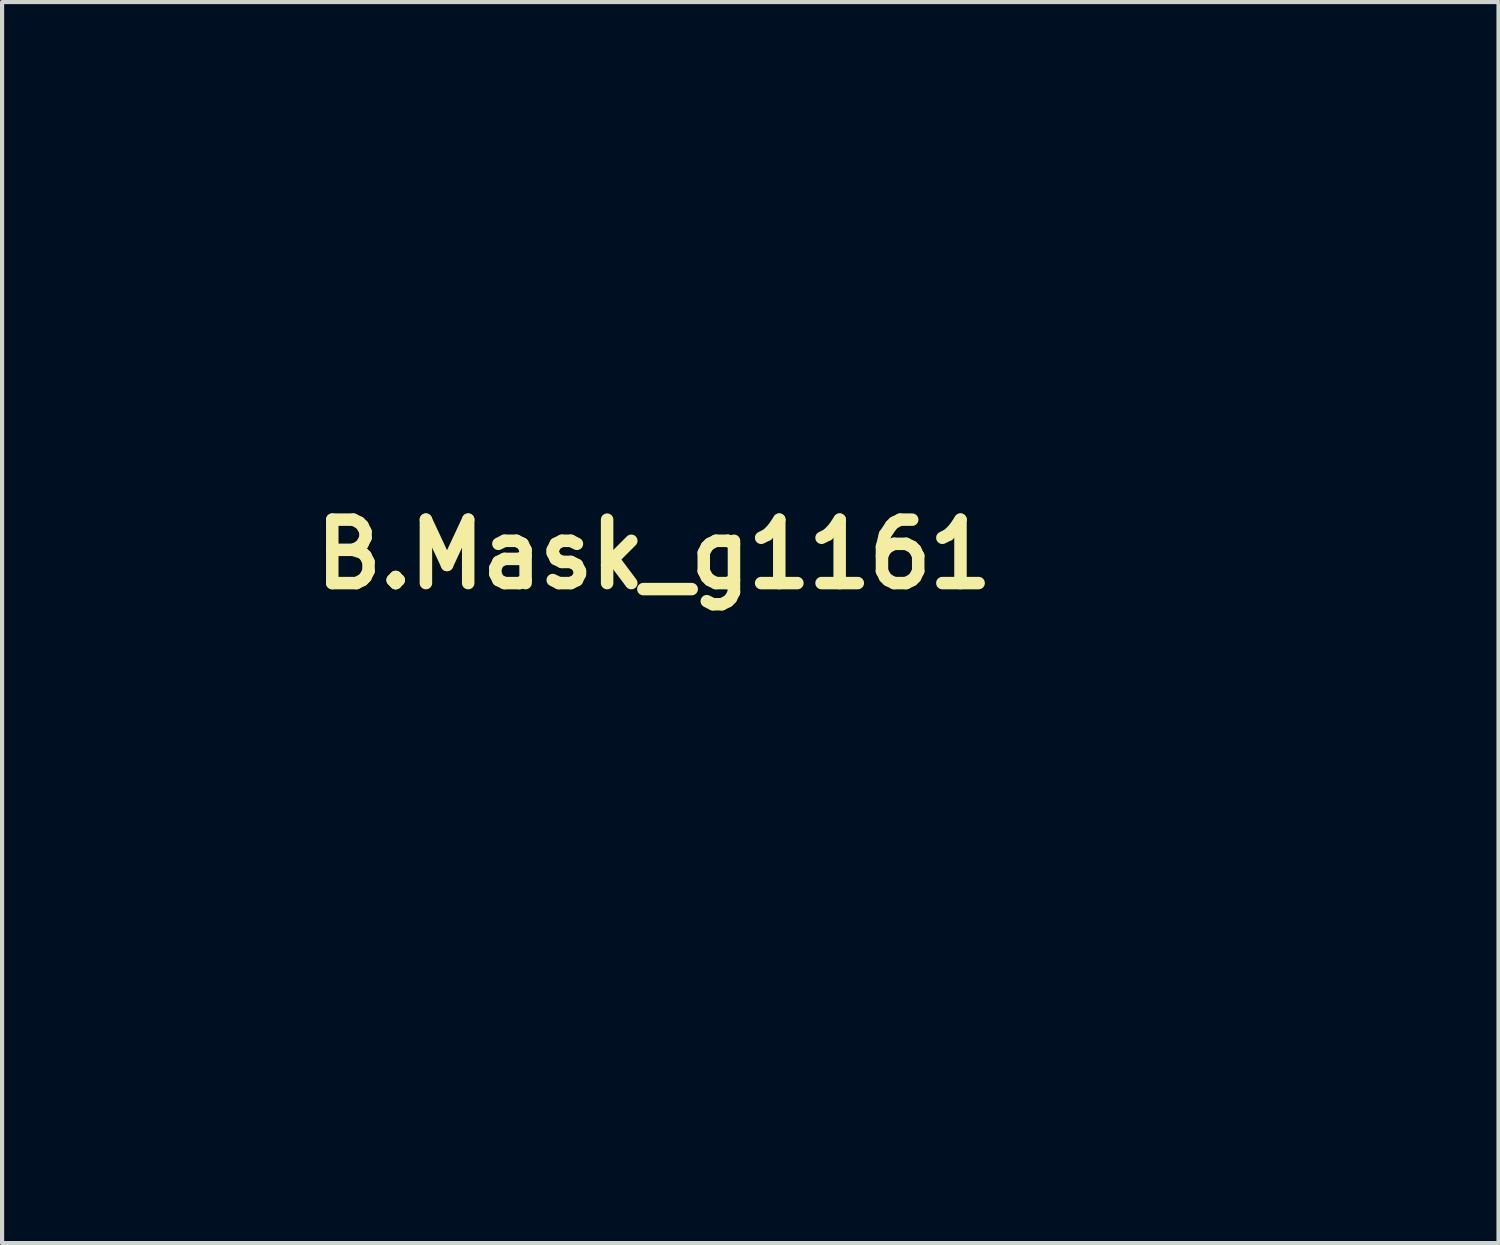
<source format=kicad_pcb>
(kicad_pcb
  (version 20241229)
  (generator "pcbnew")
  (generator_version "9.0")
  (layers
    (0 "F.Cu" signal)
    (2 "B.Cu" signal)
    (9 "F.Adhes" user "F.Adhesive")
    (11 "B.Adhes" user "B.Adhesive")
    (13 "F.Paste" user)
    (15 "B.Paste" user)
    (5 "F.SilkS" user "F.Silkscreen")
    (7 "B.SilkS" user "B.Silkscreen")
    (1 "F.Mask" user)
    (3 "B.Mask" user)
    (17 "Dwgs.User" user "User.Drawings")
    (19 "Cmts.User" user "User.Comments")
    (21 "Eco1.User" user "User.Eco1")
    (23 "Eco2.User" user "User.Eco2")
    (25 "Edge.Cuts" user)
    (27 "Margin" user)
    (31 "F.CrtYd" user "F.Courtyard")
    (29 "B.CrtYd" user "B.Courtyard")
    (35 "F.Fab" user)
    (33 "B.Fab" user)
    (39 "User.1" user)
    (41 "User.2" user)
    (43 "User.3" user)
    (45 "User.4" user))
  (footprint "B.Mask_g1161"
    (layer "F.Cu")
    (at 12.663 10.271)
    (property "Reference" "B.Mask_g1161" (at 0 0 0) (layer "F.SilkS") (effects (font (size 1.524 1.524) (thickness 0.3))))
    (attr through_hole)
    (fp_poly (pts (xy -0.096 8.24) (xy 0.008 8.254) (xy 0.116 8.28) (xy 0.235 8.322) (xy 0.375 8.379) (xy 0.497 8.434) (xy 0.626 8.492) (xy 0.76 8.55) (xy 0.885 8.603) (xy 0.991 8.646) (xy 1.037 8.664) (xy 1.433 8.795) (xy 1.863 8.908) (xy 2.321 9.001) (xy 2.802 9.073) (xy 3.302 9.124) (xy 3.444 9.134) (xy 3.703 9.153) (xy 3.925 9.172) (xy 4.114 9.194) (xy 4.277 9.218) (xy 4.417 9.247) (xy 4.54 9.28) (xy 4.652 9.319) (xy 4.757 9.365) (xy 4.809 9.391) (xy 4.956 9.489) (xy 5.092 9.616) (xy 5.204 9.763) (xy 5.249 9.842) (xy 5.317 9.976) (xy 4.917 10.38) (xy 4.794 10.504) (xy 4.651 10.65) (xy 4.496 10.81) (xy 4.336 10.974) (xy 4.181 11.135) (xy 4.038 11.283) (xy 4.031 11.29) (xy 3.742 11.586) (xy 3.473 11.851) (xy 3.222 12.086) (xy 2.985 12.296) (xy 2.757 12.482) (xy 2.537 12.647) (xy 2.32 12.795) (xy 2.102 12.928) (xy 1.88 13.049) (xy 1.841 13.069) (xy 1.495 13.229) (xy 1.155 13.355) (xy 0.813 13.447) (xy 0.46 13.507) (xy 0.089 13.539) (xy -0.201 13.544) (xy -0.346 13.542) (xy -0.492 13.537) (xy -0.63 13.53) (xy -0.746 13.521) (xy -0.812 13.514) (xy -1.231 13.436) (xy -1.64 13.317) (xy -2.04 13.16) (xy -2.426 12.967) (xy -2.795 12.737) (xy -3.147 12.475) (xy -3.477 12.18) (xy -3.783 11.856) (xy -4.063 11.503) (xy -4.18 11.335) (xy -4.279 11.176) (xy -4.38 10.994) (xy -4.48 10.797) (xy -4.576 10.592) (xy -4.664 10.386) (xy -4.742 10.187) (xy -4.806 10.002) (xy -4.853 9.838) (xy -4.879 9.713) (xy -4.893 9.616) (xy -4.759 9.59) (xy -4.617 9.561) (xy -4.441 9.52) (xy -4.238 9.47) (xy -4.014 9.413) (xy -3.776 9.351) (xy -3.531 9.284) (xy -3.284 9.215) (xy -3.043 9.146) (xy -2.814 9.079) (xy -2.604 9.015) (xy -2.419 8.956) (xy -2.392 8.947) (xy -2.283 8.909) (xy -2.147 8.857) (xy -1.995 8.797) (xy -1.837 8.732) (xy -1.686 8.668) (xy -1.662 8.657) (xy -1.434 8.559) (xy -1.239 8.477) (xy -1.072 8.41) (xy -0.926 8.358) (xy -0.798 8.317) (xy -0.681 8.287) (xy -0.57 8.265) (xy -0.461 8.25) (xy -0.347 8.241) (xy -0.335 8.24) (xy -0.208 8.236) (xy -0.096 8.24)) (stroke (width 0.01) (type solid)) (fill yes) (layer "B.Mask"))
    (fp_poly (pts (xy 14.309 -8.869) (xy 15.748 -8.869) (xy 15.748 -10.266) (xy 17.25 -10.266) (xy 17.229 -10.212) (xy 17.214 -10.14) (xy 17.21 -10.035) (xy 17.218 -9.896) (xy 17.237 -9.719) (xy 17.253 -9.606) (xy 17.28 -9.39) (xy 17.289 -9.21) (xy 17.281 -9.065) (xy 17.253 -8.95) (xy 17.205 -8.864) (xy 17.134 -8.802) (xy 17.04 -8.764) (xy 16.921 -8.745) (xy 16.84 -8.742) (xy 16.757 -8.745) (xy 16.645 -8.753) (xy 16.517 -8.766) (xy 16.386 -8.782) (xy 16.344 -8.787) (xy 16.198 -8.806) (xy 16.085 -8.817) (xy 15.997 -8.821) (xy 15.927 -8.817) (xy 15.898 -8.814) (xy 15.78 -8.795) (xy 15.774 -8.125) (xy 15.769 -7.456) (xy 15.703 -7.443) (xy 15.6 -7.432) (xy 15.466 -7.434) (xy 15.296 -7.449) (xy 15.198 -7.461) (xy 15.079 -7.475) (xy 14.951 -7.486) (xy 14.835 -7.492) (xy 14.794 -7.492) (xy 14.697 -7.491) (xy 14.627 -7.483) (xy 14.567 -7.466) (xy 14.503 -7.437) (xy 14.498 -7.435) (xy 14.423 -7.39) (xy 14.372 -7.341) (xy 14.33 -7.271) (xy 14.304 -7.215) (xy 14.289 -7.161) (xy 14.281 -7.098) (xy 14.279 -7.011) (xy 14.279 -6.964) (xy 14.283 -6.85) (xy 14.292 -6.726) (xy 14.305 -6.616) (xy 14.308 -6.595) (xy 14.322 -6.484) (xy 14.331 -6.366) (xy 14.336 -6.25) (xy 14.335 -6.149) (xy 14.329 -6.071) (xy 14.322 -6.038) (xy 14.306 -5.99) (xy 12.89 -5.99) (xy 12.89 -7.44) (xy 12.725 -7.433) (xy 12.609 -7.434) (xy 12.464 -7.446) (xy 12.305 -7.467) (xy 12.285 -7.47) (xy 12.091 -7.497) (xy 11.933 -7.51) (xy 11.806 -7.508) (xy 11.707 -7.489) (xy 11.63 -7.454) (xy 11.572 -7.402) (xy 11.535 -7.344) (xy 11.508 -7.281) (xy 11.49 -7.212) (xy 11.481 -7.13) (xy 11.48 -7.029) (xy 11.487 -6.902) (xy 11.502 -6.744) (xy 11.515 -6.63) (xy 11.534 -6.468) (xy 11.545 -6.341) (xy 11.551 -6.244) (xy 11.55 -6.17) (xy 11.544 -6.114) (xy 11.525 -6.001) (xy 10.779 -5.995) (xy 10.032 -5.99) (xy 10.038 -6.704) (xy 10.044 -7.419) (xy 10.167 -7.438) (xy 10.229 -7.445) (xy 10.302 -7.446) (xy 10.394 -7.439) (xy 10.512 -7.426) (xy 10.622 -7.411) (xy 10.834 -7.385) (xy 11.009 -7.37) (xy 11.151 -7.368) (xy 11.265 -7.38) (xy 11.355 -7.405) (xy 11.423 -7.446) (xy 11.475 -7.501) (xy 11.503 -7.546) (xy 11.529 -7.627) (xy 11.542 -7.743) (xy 11.543 -7.885) (xy 11.532 -8.048) (xy 11.508 -8.225) (xy 11.507 -8.234) (xy 11.492 -8.339) (xy 11.481 -8.454) (xy 11.475 -8.571) (xy 11.472 -8.679) (xy 11.475 -8.767) (xy 11.482 -8.826) (xy 11.485 -8.835) (xy 11.493 -8.845) (xy 11.51 -8.852) (xy 11.541 -8.858) (xy 11.591 -8.862) (xy 11.663 -8.865) (xy 11.762 -8.867) (xy 11.892 -8.868) (xy 12.057 -8.869) (xy 12.194 -8.869) (xy 12.89 -8.869) (xy 12.89 -10.266) (xy 14.309 -10.266) (xy 14.309 -8.869)) (stroke (width 0.01) (type solid)) (fill yes) (layer "B.Mask"))
    (fp_poly (pts (xy -6.135 -0.342) (xy -6.12 -0.323) (xy -6.091 -0.287) (xy -6.046 -0.227) (xy -5.991 -0.155) (xy -5.969 -0.126) (xy -5.85 0.014) (xy -5.712 0.149) (xy -5.55 0.282) (xy -5.361 0.415) (xy -5.141 0.55) (xy -4.886 0.692) (xy -4.741 0.767) (xy -4.602 0.839) (xy -4.481 0.902) (xy -4.372 0.962) (xy -4.272 1.02) (xy -4.174 1.081) (xy -4.073 1.148) (xy -3.964 1.225) (xy -3.842 1.314) (xy -3.702 1.42) (xy -3.537 1.546) (xy -3.376 1.671) (xy -3.143 1.856) (xy -2.939 2.03) (xy -2.754 2.202) (xy -2.656 2.298) (xy -2.393 2.565) (xy -2.161 2.803) (xy -1.958 3.012) (xy -1.785 3.192) (xy -1.641 3.344) (xy -1.527 3.469) (xy -1.441 3.565) (xy -1.384 3.634) (xy -1.367 3.656) (xy -1.216 3.91) (xy -1.099 4.186) (xy -1.018 4.48) (xy -0.973 4.786) (xy -0.965 4.974) (xy -0.966 5.08) (xy -0.969 5.214) (xy -0.973 5.37) (xy -0.98 5.54) (xy -0.988 5.718) (xy -0.996 5.895) (xy -1.005 6.064) (xy -1.015 6.219) (xy -1.024 6.352) (xy -1.033 6.455) (xy -1.039 6.509) (xy -1.082 6.73) (xy -1.148 6.916) (xy -1.237 7.067) (xy -1.349 7.183) (xy -1.484 7.265) (xy -1.513 7.277) (xy -1.556 7.289) (xy -1.631 7.305) (xy -1.731 7.324) (xy -1.846 7.345) (xy -1.916 7.356) (xy -2.062 7.381) (xy -2.201 7.406) (xy -2.337 7.434) (xy -2.475 7.466) (xy -2.621 7.503) (xy -2.781 7.547) (xy -2.959 7.598) (xy -3.161 7.659) (xy -3.392 7.731) (xy -3.658 7.815) (xy -3.67 7.819) (xy -3.925 7.895) (xy -4.16 7.953) (xy -4.393 7.995) (xy -4.639 8.027) (xy -4.804 8.042) (xy -4.972 8.052) (xy -5.174 8.058) (xy -5.401 8.061) (xy -5.643 8.059) (xy -5.893 8.054) (xy -6.141 8.046) (xy -6.227 8.042) (xy -6.577 8.014) (xy -6.895 7.965) (xy -7.186 7.894) (xy -7.454 7.8) (xy -7.706 7.68) (xy -7.925 7.548) (xy -8.132 7.397) (xy -8.301 7.243) (xy -8.436 7.082) (xy -8.541 6.908) (xy -8.611 6.745) (xy -8.642 6.654) (xy -8.669 6.561) (xy -8.693 6.46) (xy -8.715 6.345) (xy -8.737 6.211) (xy -8.758 6.049) (xy -8.782 5.855) (xy -8.794 5.749) (xy -8.811 5.598) (xy -8.829 5.449) (xy -8.847 5.311) (xy -8.863 5.194) (xy -8.876 5.107) (xy -8.879 5.089) (xy -8.909 4.81) (xy -8.905 4.506) (xy -8.869 4.176) (xy -8.799 3.82) (xy -8.696 3.438) (xy -8.656 3.309) (xy -8.52 2.925) (xy -8.368 2.563) (xy -8.196 2.215) (xy -7.999 1.875) (xy -7.773 1.533) (xy -7.513 1.184) (xy -7.437 1.087) (xy -7.359 0.988) (xy -7.266 0.865) (xy -7.167 0.733) (xy -7.07 0.601) (xy -7.017 0.528) (xy -6.851 0.307) (xy -6.688 0.111) (xy -6.533 -0.057) (xy -6.388 -0.193) (xy -6.29 -0.271) (xy -6.222 -0.319) (xy -6.179 -0.345) (xy -6.153 -0.352) (xy -6.135 -0.342)) (stroke (width 0.01) (type solid)) (fill yes) (layer "B.Mask"))
    (fp_poly (pts (xy -8.361 -8.869) (xy -6.921 -8.869) (xy -6.921 -10.266) (xy -6.178 -10.266) (xy -5.978 -10.266) (xy -5.816 -10.265) (xy -5.689 -10.263) (xy -5.593 -10.261) (xy -5.524 -10.258) (xy -5.479 -10.253) (xy -5.455 -10.248) (xy -5.446 -10.24) (xy -5.446 -10.237) (xy -5.465 -10.167) (xy -5.473 -10.077) (xy -5.47 -9.962) (xy -5.456 -9.815) (xy -5.44 -9.693) (xy -5.416 -9.496) (xy -5.402 -9.32) (xy -5.397 -9.171) (xy -5.401 -9.054) (xy -5.416 -8.972) (xy -5.419 -8.962) (xy -5.457 -8.887) (xy -5.509 -8.829) (xy -5.58 -8.787) (xy -5.673 -8.759) (xy -5.791 -8.746) (xy -5.939 -8.747) (xy -6.12 -8.76) (xy -6.339 -8.786) (xy -6.345 -8.787) (xy -6.495 -8.806) (xy -6.609 -8.817) (xy -6.696 -8.821) (xy -6.761 -8.818) (xy -6.789 -8.814) (xy -6.89 -8.795) (xy -6.895 -8.125) (xy -6.901 -7.456) (xy -6.967 -7.443) (xy -7.058 -7.433) (xy -7.176 -7.431) (xy -7.308 -7.437) (xy -7.439 -7.452) (xy -7.44 -7.452) (xy -7.65 -7.48) (xy -7.823 -7.496) (xy -7.965 -7.501) (xy -8.08 -7.492) (xy -8.171 -7.471) (xy -8.245 -7.436) (xy -8.305 -7.387) (xy -8.354 -7.326) (xy -8.387 -7.263) (xy -8.408 -7.186) (xy -8.416 -7.089) (xy -8.413 -6.966) (xy -8.398 -6.811) (xy -8.384 -6.703) (xy -8.361 -6.513) (xy -8.346 -6.345) (xy -8.34 -6.206) (xy -8.344 -6.098) (xy -8.353 -6.038) (xy -8.366 -5.99) (xy -9.776 -5.99) (xy -9.79 -6.08) (xy -9.793 -6.132) (xy -9.793 -6.217) (xy -9.791 -6.324) (xy -9.787 -6.446) (xy -9.783 -6.519) (xy -9.778 -6.648) (xy -9.775 -6.774) (xy -9.774 -6.885) (xy -9.777 -6.97) (xy -9.78 -7) (xy -9.808 -7.134) (xy -9.858 -7.241) (xy -9.935 -7.324) (xy -10.039 -7.385) (xy -10.174 -7.425) (xy -10.343 -7.445) (xy -10.548 -7.447) (xy -10.555 -7.447) (xy -10.721 -7.437) (xy -10.852 -7.416) (xy -10.956 -7.383) (xy -11.04 -7.335) (xy -11.11 -7.27) (xy -11.112 -7.268) (xy -11.152 -7.217) (xy -11.183 -7.16) (xy -11.207 -7.093) (xy -11.224 -7.009) (xy -11.235 -6.904) (xy -11.241 -6.771) (xy -11.243 -6.606) (xy -11.242 -6.472) (xy -11.238 -5.99) (xy -11.934 -5.99) (xy -12.101 -5.991) (xy -12.255 -5.992) (xy -12.39 -5.994) (xy -12.502 -5.996) (xy -12.584 -5.999) (xy -12.633 -6.002) (xy -12.644 -6.004) (xy -12.647 -6.028) (xy -12.65 -6.089) (xy -12.653 -6.182) (xy -12.655 -6.302) (xy -12.657 -6.444) (xy -12.658 -6.603) (xy -12.658 -6.7) (xy -12.657 -6.893) (xy -12.656 -7.048) (xy -12.655 -7.169) (xy -12.652 -7.26) (xy -12.648 -7.325) (xy -12.642 -7.369) (xy -12.636 -7.395) (xy -12.627 -7.407) (xy -12.571 -7.432) (xy -12.476 -7.443) (xy -12.342 -7.441) (xy -12.168 -7.425) (xy -12.037 -7.408) (xy -11.808 -7.381) (xy -11.619 -7.369) (xy -11.468 -7.372) (xy -11.357 -7.39) (xy -11.289 -7.42) (xy -11.227 -7.477) (xy -11.182 -7.548) (xy -11.153 -7.637) (xy -11.139 -7.75) (xy -11.139 -7.89) (xy -11.154 -8.062) (xy -11.176 -8.234) (xy -11.201 -8.427) (xy -11.214 -8.582) (xy -11.216 -8.701) (xy -11.206 -8.786) (xy -11.198 -8.815) (xy -11.177 -8.869) (xy -9.779 -8.869) (xy -9.779 -10.266) (xy -8.361 -10.266) (xy -8.361 -8.869)) (stroke (width 0.01) (type solid)) (fill yes) (layer "B.Mask"))
    (fp_poly (pts (xy -1.017 -8.881) (xy -0.69 -8.838) (xy -0.368 -8.757) (xy -0.054 -8.638) (xy -0.004 -8.614) (xy 0.114 -8.556) (xy 0.222 -8.498) (xy 0.323 -8.436) (xy 0.422 -8.369) (xy 0.521 -8.291) (xy 0.625 -8.201) (xy 0.737 -8.094) (xy 0.86 -7.969) (xy 0.998 -7.821) (xy 1.155 -7.648) (xy 1.334 -7.446) (xy 1.386 -7.387) (xy 1.518 -7.239) (xy 1.653 -7.089) (xy 1.787 -6.943) (xy 1.914 -6.807) (xy 2.029 -6.687) (xy 2.125 -6.589) (xy 2.174 -6.54) (xy 2.425 -6.312) (xy 2.667 -6.122) (xy 2.903 -5.967) (xy 3.139 -5.844) (xy 3.378 -5.751) (xy 3.624 -5.685) (xy 3.629 -5.684) (xy 3.705 -5.672) (xy 3.804 -5.663) (xy 3.918 -5.656) (xy 4.036 -5.651) (xy 4.149 -5.649) (xy 4.248 -5.65) (xy 4.323 -5.654) (xy 4.362 -5.662) (xy 4.392 -5.654) (xy 4.448 -5.62) (xy 4.526 -5.564) (xy 4.604 -5.502) (xy 4.772 -5.367) (xy 4.91 -5.255) (xy 5.024 -5.165) (xy 5.117 -5.092) (xy 5.192 -5.035) (xy 5.255 -4.99) (xy 5.308 -4.954) (xy 5.356 -4.925) (xy 5.402 -4.9) (xy 5.417 -4.892) (xy 5.518 -4.846) (xy 5.625 -4.807) (xy 5.715 -4.783) (xy 5.811 -4.759) (xy 5.912 -4.724) (xy 5.969 -4.699) (xy 6.046 -4.663) (xy 6.12 -4.636) (xy 6.16 -4.625) (xy 6.211 -4.605) (xy 6.289 -4.562) (xy 6.387 -4.497) (xy 6.478 -4.433) (xy 6.655 -4.311) (xy 6.822 -4.209) (xy 6.975 -4.131) (xy 7.108 -4.08) (xy 7.165 -4.065) (xy 7.233 -4.051) (xy 7.327 -4.033) (xy 7.431 -4.012) (xy 7.482 -4.001) (xy 7.581 -3.98) (xy 7.707 -3.951) (xy 7.845 -3.917) (xy 7.982 -3.882) (xy 8.022 -3.871) (xy 8.151 -3.837) (xy 8.251 -3.813) (xy 8.335 -3.797) (xy 8.415 -3.787) (xy 8.502 -3.783) (xy 8.61 -3.781) (xy 8.641 -3.78) (xy 8.747 -3.779) (xy 8.835 -3.776) (xy 8.899 -3.771) (xy 8.93 -3.766) (xy 8.932 -3.765) (xy 8.924 -3.743) (xy 8.899 -3.688) (xy 8.862 -3.605) (xy 8.814 -3.502) (xy 8.758 -3.381) (xy 8.72 -3.301) (xy 8.587 -3.016) (xy 8.473 -2.763) (xy 8.376 -2.536) (xy 8.294 -2.33) (xy 8.227 -2.14) (xy 8.172 -1.959) (xy 8.127 -1.784) (xy 8.092 -1.607) (xy 8.064 -1.425) (xy 8.041 -1.232) (xy 8.023 -1.021) (xy 8.022 -1.005) (xy 8.012 -0.896) (xy 7.997 -0.755) (xy 7.979 -0.594) (xy 7.958 -0.424) (xy 7.936 -0.256) (xy 7.927 -0.191) (xy 7.895 0.041) (xy 7.869 0.237) (xy 7.849 0.404) (xy 7.834 0.548) (xy 7.823 0.676) (xy 7.816 0.793) (xy 7.812 0.905) (xy 7.811 1.02) (xy 7.811 1.034) (xy 7.82 1.302) (xy 7.851 1.543) (xy 7.905 1.768) (xy 7.985 1.989) (xy 8.063 2.157) (xy 8.177 2.4) (xy 8.277 2.651) (xy 8.364 2.913) (xy 8.438 3.191) (xy 8.501 3.489) (xy 8.554 3.811) (xy 8.597 4.163) (xy 8.631 4.548) (xy 8.657 4.964) (xy 8.666 5.115) (xy 8.678 5.248) (xy 8.694 5.372) (xy 8.717 5.494) (xy 8.747 5.621) (xy 8.787 5.763) (xy 8.837 5.926) (xy 8.901 6.118) (xy 8.922 6.181) (xy 8.987 6.374) (xy 9.039 6.534) (xy 9.079 6.668) (xy 9.108 6.781) (xy 9.129 6.882) (xy 9.142 6.976) (xy 9.149 7.071) (xy 9.152 7.172) (xy 9.153 7.218) (xy 9.152 7.336) (xy 9.147 7.425) (xy 9.138 7.497) (xy 9.122 7.564) (xy 9.098 7.641) (xy 9.094 7.652) (xy 9 7.867) (xy 8.877 8.063) (xy 8.729 8.234) (xy 8.562 8.373) (xy 8.503 8.41) (xy 8.345 8.485) (xy 8.157 8.539) (xy 7.944 8.573) (xy 7.715 8.584) (xy 7.477 8.572) (xy 7.466 8.571) (xy 7.365 8.559) (xy 7.24 8.542) (xy 7.111 8.523) (xy 7.032 8.51) (xy 6.824 8.475) (xy 6.647 8.448) (xy 6.492 8.427) (xy 6.348 8.41) (xy 6.205 8.396) (xy 6.053 8.385) (xy 5.997 8.381) (xy 5.845 8.371) (xy 5.701 8.358) (xy 5.559 8.342) (xy 5.412 8.322) (xy 5.253 8.297) (xy 5.077 8.266) (xy 4.877 8.227) (xy 4.647 8.181) (xy 4.456 8.141) (xy 4.231 8.094) (xy 4.042 8.055) (xy 3.881 8.023) (xy 3.742 7.997) (xy 3.619 7.975) (xy 3.505 7.956) (xy 3.393 7.94) (xy 3.278 7.926) (xy 3.152 7.911) (xy 3.01 7.896) (xy 3.006 7.895) (xy 2.85 7.878) (xy 2.701 7.861) (xy 2.556 7.842) (xy 2.409 7.821) (xy 2.257 7.797) (xy 2.096 7.77) (xy 1.922 7.738) (xy 1.731 7.702) (xy 1.519 7.66) (xy 1.282 7.611) (xy 1.015 7.556) (xy 0.716 7.492) (xy 0.38 7.42) (xy 0.355 7.415) (xy -0.02 7.334) (xy -0.073 7.111) (xy -0.132 6.837) (xy -0.187 6.523) (xy -0.237 6.168) (xy -0.284 5.779) (xy -0.303 5.598) (xy -0.326 5.391) (xy -0.349 5.175) (xy -0.372 4.967) (xy -0.392 4.781) (xy -0.393 4.773) (xy -0.412 4.59) (xy -0.426 4.441) (xy -0.433 4.323) (xy -0.435 4.227) (xy -0.43 4.147) (xy -0.419 4.077) (xy -0.401 4.012) (xy -0.379 3.948) (xy -0.348 3.873) (xy -0.31 3.799) (xy -0.262 3.725) (xy -0.202 3.645) (xy -0.125 3.558) (xy -0.03 3.459) (xy 0.088 3.344) (xy 0.23 3.212) (xy 0.401 3.057) (xy 0.487 2.98) (xy 0.592 2.883) (xy 0.687 2.789) (xy 0.778 2.689) (xy 0.875 2.573) (xy 0.987 2.432) (xy 0.995 2.422) (xy 1.056 2.349) (xy 1.127 2.275) (xy 1.214 2.197) (xy 1.319 2.113) (xy 1.448 2.017) (xy 1.603 1.908) (xy 1.791 1.781) (xy 1.841 1.747) (xy 2.03 1.62) (xy 2.187 1.509) (xy 2.318 1.411) (xy 2.426 1.32) (xy 2.519 1.233) (xy 2.6 1.145) (xy 2.675 1.052) (xy 2.708 1.007) (xy 2.787 0.903) (xy 2.871 0.808) (xy 2.964 0.715) (xy 3.075 0.618) (xy 3.209 0.512) (xy 3.372 0.391) (xy 3.393 0.376) (xy 3.582 0.235) (xy 3.737 0.109) (xy 3.859 -0.005) (xy 3.952 -0.111) (xy 4.018 -0.211) (xy 4.06 -0.31) (xy 4.081 -0.411) (xy 4.085 -0.478) (xy 4.081 -0.556) (xy 4.07 -0.633) (xy 4.056 -0.696) (xy 4.039 -0.734) (xy 4.03 -0.741) (xy 4.008 -0.732) (xy 3.958 -0.708) (xy 3.886 -0.673) (xy 3.836 -0.648) (xy 3.753 -0.608) (xy 3.642 -0.557) (xy 3.515 -0.5) (xy 3.381 -0.441) (xy 3.294 -0.404) (xy 3.085 -0.313) (xy 2.9 -0.229) (xy 2.736 -0.146) (xy 2.587 -0.063) (xy 2.45 0.024) (xy 2.321 0.12) (xy 2.196 0.227) (xy 2.069 0.35) (xy 1.937 0.49) (xy 1.797 0.653) (xy 1.642 0.841) (xy 1.47 1.058) (xy 1.357 1.203) (xy 1.208 1.393) (xy 1.049 1.591) (xy 0.885 1.793) (xy 0.716 1.996) (xy 0.548 2.196) (xy 0.383 2.389) (xy 0.224 2.572) (xy 0.073 2.742) (xy -0.065 2.895) (xy -0.188 3.027) (xy -0.292 3.135) (xy -0.376 3.216) (xy -0.413 3.248) (xy -0.539 3.33) (xy -0.665 3.37) (xy -0.791 3.367) (xy -0.918 3.323) (xy -0.97 3.293) (xy -1.042 3.237) (xy -1.134 3.151) (xy -1.24 3.04) (xy -1.356 2.91) (xy -1.477 2.764) (xy -1.504 2.731) (xy -1.59 2.625) (xy -1.694 2.505) (xy -1.8 2.385) (xy -1.892 2.286) (xy -1.963 2.208) (xy -2.055 2.103) (xy -2.161 1.98) (xy -2.273 1.846) (xy -2.387 1.708) (xy -2.478 1.597) (xy -2.586 1.462) (xy -2.697 1.328) (xy -2.805 1.2) (xy -2.903 1.085) (xy -2.986 0.991) (xy -3.04 0.931) (xy -3.302 0.673) (xy -3.6 0.409) (xy -3.936 0.139) (xy -4.312 -0.137) (xy -4.699 -0.402) (xy -4.867 -0.514) (xy -5.005 -0.608) (xy -5.118 -0.687) (xy -5.212 -0.756) (xy -5.291 -0.819) (xy -5.362 -0.88) (xy -5.43 -0.943) (xy -5.5 -1.012) (xy -5.508 -1.02) (xy -5.605 -1.125) (xy -5.68 -1.224) (xy -5.743 -1.333) (xy -5.762 -1.369) (xy -5.804 -1.457) (xy -5.831 -1.522) (xy -5.845 -1.58) (xy -5.851 -1.647) (xy -5.852 -1.736) (xy -5.852 -1.745) (xy -5.85 -1.841) (xy -5.842 -1.916) (xy -5.825 -1.985) (xy -5.796 -2.065) (xy -5.77 -2.127) (xy -5.666 -2.347) (xy -5.534 -2.577) (xy -5.382 -2.805) (xy -5.249 -2.982) (xy -5.115 -3.141) (xy -4.953 -3.318) (xy -4.772 -3.505) (xy -4.579 -3.695) (xy -4.381 -3.881) (xy -4.186 -4.055) (xy -4 -4.211) (xy -3.96 -4.244) (xy -3.743 -4.418) (xy -3.56 -4.569) (xy -3.411 -4.699) (xy -3.294 -4.806) (xy -3.208 -4.893) (xy -3.172 -4.935) (xy -3.102 -5.023) (xy -3.25 -5.01) (xy -3.415 -4.986) (xy -3.581 -4.945) (xy -3.752 -4.885) (xy -3.931 -4.803) (xy -4.122 -4.698) (xy -4.328 -4.568) (xy -4.554 -4.412) (xy -4.801 -4.226) (xy -4.953 -4.108) (xy -5.057 -4.027) (xy -5.149 -3.958) (xy -5.225 -3.903) (xy -5.279 -3.867) (xy -5.307 -3.852) (xy -5.309 -3.853) (xy -5.309 -3.886) (xy -5.298 -3.953) (xy -5.279 -4.047) (xy -5.253 -4.16) (xy -5.222 -4.287) (xy -5.188 -4.42) (xy -5.151 -4.553) (xy -5.139 -4.593) (xy -5.003 -5.016) (xy -4.844 -5.43) (xy -4.657 -5.84) (xy -4.443 -6.251) (xy -4.197 -6.666) (xy -3.918 -7.091) (xy -3.604 -7.53) (xy -3.576 -7.567) (xy -3.443 -7.743) (xy -3.328 -7.888) (xy -3.226 -8.009) (xy -3.133 -8.111) (xy -3.044 -8.199) (xy -2.954 -8.278) (xy -2.861 -8.351) (xy -2.587 -8.531) (xy -2.295 -8.674) (xy -1.987 -8.782) (xy -1.669 -8.852) (xy -1.345 -8.885) (xy -1.017 -8.881)) (stroke (width 0.01) (type solid)) (fill yes) (layer "B.Mask")))
  (gr_rect
    (start -3 -3)
    (end 32.957 26.82)
    (stroke (width 0.1) (type default))
    (fill no)
    (layer "Edge.Cuts")))
</source>
